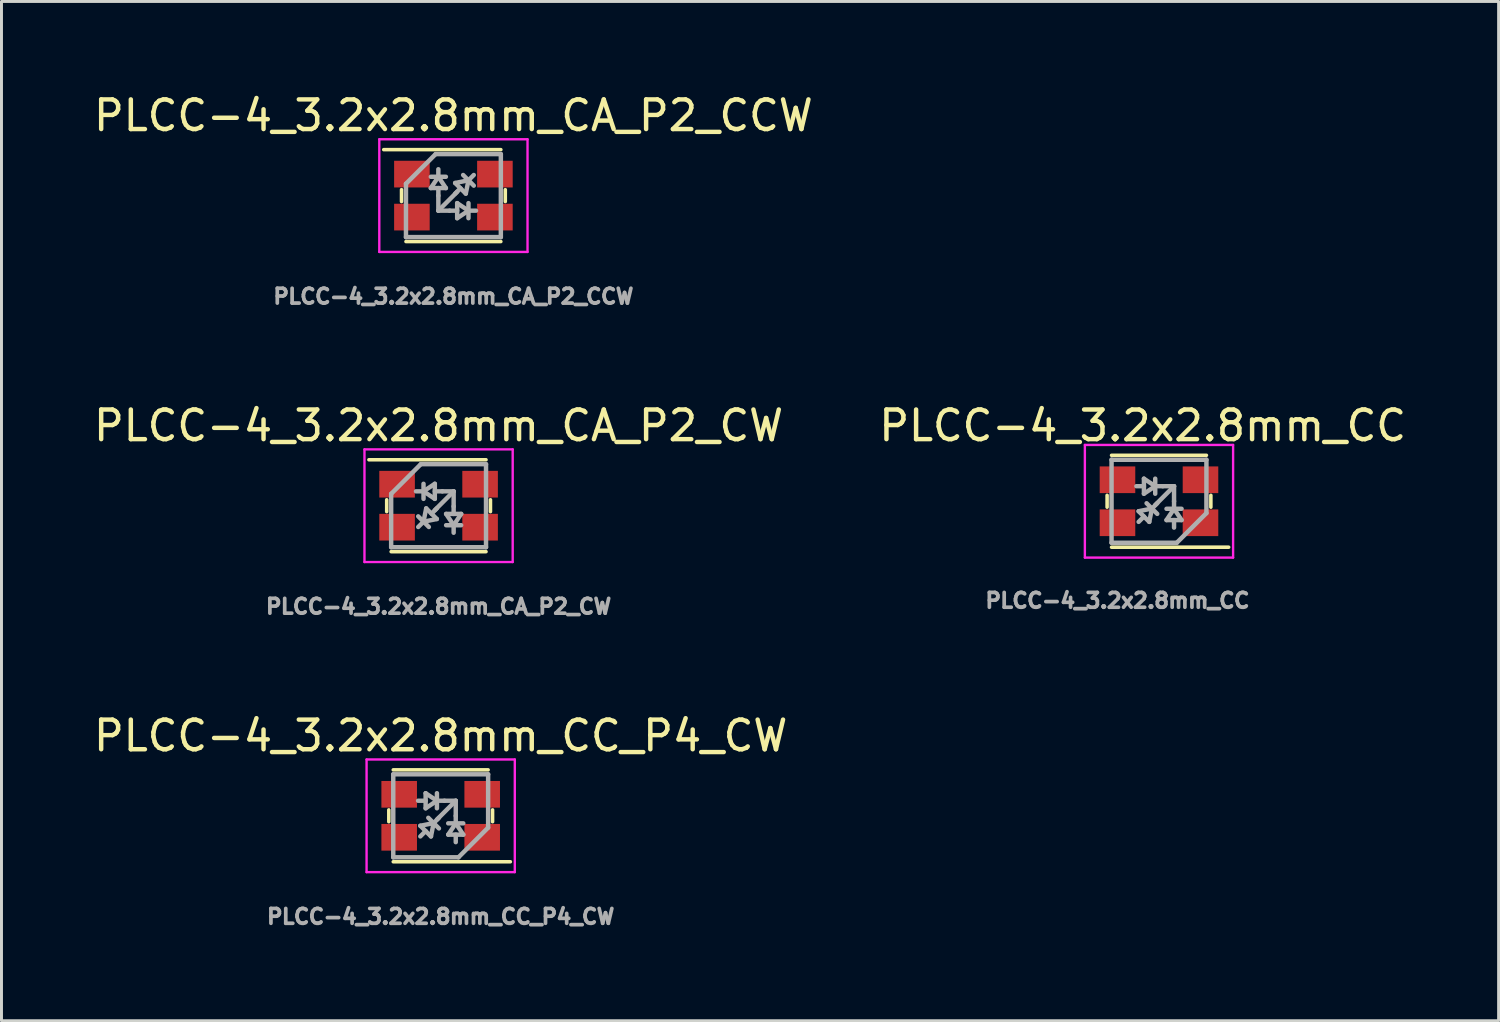
<source format=kicad_pcb>
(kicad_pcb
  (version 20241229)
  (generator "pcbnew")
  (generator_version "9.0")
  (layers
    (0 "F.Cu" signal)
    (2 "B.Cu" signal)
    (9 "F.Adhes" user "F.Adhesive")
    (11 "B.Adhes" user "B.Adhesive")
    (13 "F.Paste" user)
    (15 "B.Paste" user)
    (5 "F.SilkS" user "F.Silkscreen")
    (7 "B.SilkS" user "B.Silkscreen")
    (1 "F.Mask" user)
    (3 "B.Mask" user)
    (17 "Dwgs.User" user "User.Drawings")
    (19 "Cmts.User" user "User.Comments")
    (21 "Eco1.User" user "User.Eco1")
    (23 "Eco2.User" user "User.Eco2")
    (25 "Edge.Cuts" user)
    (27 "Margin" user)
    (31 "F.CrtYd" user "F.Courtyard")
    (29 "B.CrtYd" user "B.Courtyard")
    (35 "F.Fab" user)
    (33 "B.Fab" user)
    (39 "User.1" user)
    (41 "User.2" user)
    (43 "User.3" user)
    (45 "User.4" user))
  (footprint "PLCC-4_3.2x2.8mm_CC_P4_CW"
    (layer "F.Cu")
    (at 11.815 24.468)
    (property "Reference" "PLCC-4_3.2x2.8mm_CC_P4_CW" (at 0 -2.7 0) (layer "F.SilkS") (effects (font (size 1 1) (thickness 0.15))))
    (attr smd)
    (fp_line (start -1.75 -0.2) (end -1.75 0.2) (stroke (width 0.12) (type solid)) (layer "F.SilkS"))
    (fp_line (start -1.6 1.55) (end 2.35 1.55) (stroke (width 0.12) (type solid)) (layer "F.SilkS"))
    (fp_line (start 1.6 -1.55) (end -1.6 -1.55) (stroke (width 0.12) (type solid)) (layer "F.SilkS"))
    (fp_line (start 1.75 -0.2) (end 1.75 0.2) (stroke (width 0.12) (type solid)) (layer "F.SilkS"))
    (fp_line (start -2.5 -1.9) (end 2.5 -1.9) (stroke (width 0.08) (type solid)) (layer "F.CrtYd"))
    (fp_line (start -2.5 1.9) (end -2.5 -1.9) (stroke (width 0.08) (type solid)) (layer "F.CrtYd"))
    (fp_line (start 2.5 -1.9) (end 2.5 1.9) (stroke (width 0.08) (type solid)) (layer "F.CrtYd"))
    (fp_line (start 2.5 1.9) (end -2.5 1.9) (stroke (width 0.08) (type solid)) (layer "F.CrtYd"))
    (fp_line (start -1.6 -1.4) (end 1.6 -1.4) (stroke (width 0.15) (type solid)) (layer "F.Fab"))
    (fp_line (start -1.6 1.4) (end -1.6 -1.4) (stroke (width 0.15) (type solid)) (layer "F.Fab"))
    (fp_line (start -0.687 0.336) (end -0.328 0.695) (stroke (width 0.15) (type solid)) (layer "F.Fab"))
    (fp_line (start -0.508 -0.762) (end -0.508 -0.254) (stroke (width 0.15) (type solid)) (layer "F.Fab"))
    (fp_line (start -0.508 -0.508) (end -0.762 -0.508) (stroke (width 0.15) (type solid)) (layer "F.Fab"))
    (fp_line (start -0.508 -0.254) (end -0.127 -0.508) (stroke (width 0.15) (type solid)) (layer "F.Fab"))
    (fp_line (start -0.508 0.516) (end -0.687 0.695) (stroke (width 0.15) (type solid)) (layer "F.Fab"))
    (fp_line (start -0.418 0.067) (end -0.059 0.426) (stroke (width 0.15) (type solid)) (layer "F.Fab"))
    (fp_line (start -0.328 0.695) (end -0.238 0.246) (stroke (width 0.15) (type solid)) (layer "F.Fab"))
    (fp_line (start -0.238 0.246) (end -0.687 0.336) (stroke (width 0.15) (type solid)) (layer "F.Fab"))
    (fp_line (start -0.238 0.246) (end -0.059 0.067) (stroke (width 0.15) (type solid)) (layer "F.Fab"))
    (fp_line (start -0.127 -0.762) (end -0.127 -0.254) (stroke (width 0.15) (type solid)) (layer "F.Fab"))
    (fp_line (start -0.127 -0.508) (end -0.508 -0.762) (stroke (width 0.15) (type solid)) (layer "F.Fab"))
    (fp_line (start -0.127 -0.508) (end 0.127 -0.508) (stroke (width 0.15) (type solid)) (layer "F.Fab"))
    (fp_line (start -0.127 0.127) (end 0.508 -0.508) (stroke (width 0.15) (type solid)) (layer "F.Fab"))
    (fp_line (start 0.127 -0.508) (end 0.508 -0.508) (stroke (width 0.15) (type solid)) (layer "F.Fab"))
    (fp_line (start 0.254 0.254) (end 0.762 0.254) (stroke (width 0.15) (type solid)) (layer "F.Fab"))
    (fp_line (start 0.254 0.635) (end 0.762 0.635) (stroke (width 0.15) (type solid)) (layer "F.Fab"))
    (fp_line (start 0.508 0) (end 0.508 -0.508) (stroke (width 0.15) (type solid)) (layer "F.Fab"))
    (fp_line (start 0.508 0.254) (end 0.254 0.635) (stroke (width 0.15) (type solid)) (layer "F.Fab"))
    (fp_line (start 0.508 0.254) (end 0.508 0) (stroke (width 0.15) (type solid)) (layer "F.Fab"))
    (fp_line (start 0.508 0.635) (end 0.508 0.889) (stroke (width 0.15) (type solid)) (layer "F.Fab"))
    (fp_line (start 0.6 1.4) (end -1.6 1.4) (stroke (width 0.15) (type solid)) (layer "F.Fab"))
    (fp_line (start 0.762 0.635) (end 0.508 0.254) (stroke (width 0.15) (type solid)) (layer "F.Fab"))
    (fp_line (start 1.6 -1.4) (end 1.6 0.4) (stroke (width 0.15) (type solid)) (layer "F.Fab"))
    (fp_line (start 1.6 0.4) (end 0.6 1.4) (stroke (width 0.15) (type solid)) (layer "F.Fab"))
    (fp_text user "${REFERENCE}" (at 0 3.4 0) (layer "F.Fab") (effects (font (size 0.5 0.5) (thickness 0.125))))
    (pad "1" smd rect (at 1.4 0.725) (size 1.2 0.9) (layers "F.Cu" "F.Mask" "F.Paste"))
    (pad "2" smd rect (at -1.4 0.725) (size 1.2 0.9) (layers "F.Cu" "F.Mask" "F.Paste"))
    (pad "3" smd rect (at -1.4 -0.725) (size 1.2 0.9) (layers "F.Cu" "F.Mask" "F.Paste"))
    (pad "4" smd rect (at 1.4 -0.725) (size 1.2 0.9) (layers "F.Cu" "F.Mask" "F.Paste")))
  (footprint "PLCC-4_3.2x2.8mm_CA_P2_CW"
    (layer "F.Cu")
    (at 11.744 14.008)
    (property "Reference" "PLCC-4_3.2x2.8mm_CA_P2_CW" (at 0 -2.7 0) (layer "F.SilkS") (effects (font (size 1 1) (thickness 0.15))))
    (attr smd)
    (fp_line (start -1.75 0.2) (end -1.75 -0.2) (stroke (width 0.12) (type solid)) (layer "F.SilkS"))
    (fp_line (start -1.6 1.55) (end 1.6 1.55) (stroke (width 0.12) (type solid)) (layer "F.SilkS"))
    (fp_line (start 1.6 -1.55) (end -2.35 -1.55) (stroke (width 0.12) (type solid)) (layer "F.SilkS"))
    (fp_line (start 1.75 0.2) (end 1.75 -0.2) (stroke (width 0.12) (type solid)) (layer "F.SilkS"))
    (fp_line (start -2.5 -1.9) (end 2.5 -1.9) (stroke (width 0.08) (type solid)) (layer "F.CrtYd"))
    (fp_line (start -2.5 1.9) (end -2.5 -1.9) (stroke (width 0.08) (type solid)) (layer "F.CrtYd"))
    (fp_line (start 2.5 -1.9) (end 2.5 1.9) (stroke (width 0.08) (type solid)) (layer "F.CrtYd"))
    (fp_line (start 2.5 1.9) (end -2.5 1.9) (stroke (width 0.08) (type solid)) (layer "F.CrtYd"))
    (fp_line (start -1.6 -0.4) (end -0.6 -1.4) (stroke (width 0.15) (type solid)) (layer "F.Fab"))
    (fp_line (start -1.6 1.4) (end -1.6 -0.4) (stroke (width 0.15) (type solid)) (layer "F.Fab"))
    (fp_line (start -0.6 -1.4) (end 1.6 -1.4) (stroke (width 0.15) (type solid)) (layer "F.Fab"))
    (fp_line (start -0.508 -0.485) (end -0.762 -0.485) (stroke (width 0.15) (type solid)) (layer "F.Fab"))
    (fp_line (start -0.508 -0.485) (end -0.127 -0.231) (stroke (width 0.15) (type solid)) (layer "F.Fab"))
    (fp_line (start -0.508 -0.231) (end -0.508 -0.739) (stroke (width 0.15) (type solid)) (layer "F.Fab"))
    (fp_line (start -0.508 0.539) (end -0.687 0.718) (stroke (width 0.15) (type solid)) (layer "F.Fab"))
    (fp_line (start -0.508 0.539) (end -0.059 0.449) (stroke (width 0.15) (type solid)) (layer "F.Fab"))
    (fp_line (start -0.418 0.09) (end -0.508 0.539) (stroke (width 0.15) (type solid)) (layer "F.Fab"))
    (fp_line (start -0.328 0.718) (end -0.687 0.359) (stroke (width 0.15) (type solid)) (layer "F.Fab"))
    (fp_line (start -0.238 0.269) (end -0.059 0.09) (stroke (width 0.15) (type solid)) (layer "F.Fab"))
    (fp_line (start -0.127 -0.739) (end -0.508 -0.485) (stroke (width 0.15) (type solid)) (layer "F.Fab"))
    (fp_line (start -0.127 -0.485) (end 0.127 -0.485) (stroke (width 0.15) (type solid)) (layer "F.Fab"))
    (fp_line (start -0.127 -0.231) (end -0.127 -0.739) (stroke (width 0.15) (type solid)) (layer "F.Fab"))
    (fp_line (start -0.127 0.15) (end 0.508 -0.485) (stroke (width 0.15) (type solid)) (layer "F.Fab"))
    (fp_line (start -0.059 0.449) (end -0.418 0.09) (stroke (width 0.15) (type solid)) (layer "F.Fab"))
    (fp_line (start 0.127 -0.485) (end 0.508 -0.485) (stroke (width 0.15) (type solid)) (layer "F.Fab"))
    (fp_line (start 0.254 0.277) (end 0.508 0.658) (stroke (width 0.15) (type solid)) (layer "F.Fab"))
    (fp_line (start 0.508 0.023) (end 0.508 -0.485) (stroke (width 0.15) (type solid)) (layer "F.Fab"))
    (fp_line (start 0.508 0.277) (end 0.508 0.023) (stroke (width 0.15) (type solid)) (layer "F.Fab"))
    (fp_line (start 0.508 0.658) (end 0.508 0.912) (stroke (width 0.15) (type solid)) (layer "F.Fab"))
    (fp_line (start 0.508 0.658) (end 0.762 0.277) (stroke (width 0.15) (type solid)) (layer "F.Fab"))
    (fp_line (start 0.762 0.277) (end 0.254 0.277) (stroke (width 0.15) (type solid)) (layer "F.Fab"))
    (fp_line (start 0.762 0.658) (end 0.254 0.658) (stroke (width 0.15) (type solid)) (layer "F.Fab"))
    (fp_line (start 1.6 -1.4) (end 1.6 1.4) (stroke (width 0.15) (type solid)) (layer "F.Fab"))
    (fp_line (start 1.6 1.4) (end -1.6 1.4) (stroke (width 0.15) (type solid)) (layer "F.Fab"))
    (fp_text user "${REFERENCE}" (at 0 3.4 0) (layer "F.Fab") (effects (font (size 0.5 0.5) (thickness 0.125))))
    (pad "1" smd rect (at -1.4 -0.725 180) (size 1.2 0.9) (layers "F.Cu" "F.Mask" "F.Paste"))
    (pad "2" smd rect (at 1.4 -0.725 180) (size 1.2 0.9) (layers "F.Cu" "F.Mask" "F.Paste"))
    (pad "3" smd rect (at 1.4 0.725 180) (size 1.2 0.9) (layers "F.Cu" "F.Mask" "F.Paste"))
    (pad "4" smd rect (at -1.4 0.725 180) (size 1.2 0.9) (layers "F.Cu" "F.Mask" "F.Paste")))
  (footprint "PLCC-4_3.2x2.8mm_CC"
    (layer "F.Cu")
    (at 36.044 13.858)
    (property "Reference" "PLCC-4_3.2x2.8mm_CC" (at -0.55 -2.55 0) (layer "F.SilkS") (effects (font (size 1 1) (thickness 0.15))))
    (attr smd)
    (fp_line (start -1.75 -0.2) (end -1.75 0.2) (stroke (width 0.12) (type solid)) (layer "F.SilkS"))
    (fp_line (start -1.6 1.55) (end 2.35 1.55) (stroke (width 0.12) (type solid)) (layer "F.SilkS"))
    (fp_line (start 1.6 -1.55) (end -1.6 -1.55) (stroke (width 0.12) (type solid)) (layer "F.SilkS"))
    (fp_line (start 1.75 -0.2) (end 1.75 0.2) (stroke (width 0.12) (type solid)) (layer "F.SilkS"))
    (fp_line (start -2.5 -1.9) (end 2.5 -1.9) (stroke (width 0.08) (type solid)) (layer "F.CrtYd"))
    (fp_line (start -2.5 1.9) (end -2.5 -1.9) (stroke (width 0.08) (type solid)) (layer "F.CrtYd"))
    (fp_line (start 2.5 -1.9) (end 2.5 1.9) (stroke (width 0.08) (type solid)) (layer "F.CrtYd"))
    (fp_line (start 2.5 1.9) (end -2.5 1.9) (stroke (width 0.08) (type solid)) (layer "F.CrtYd"))
    (fp_line (start -1.6 -1.4) (end 1.6 -1.4) (stroke (width 0.15) (type solid)) (layer "F.Fab"))
    (fp_line (start -1.6 1.4) (end -1.6 -1.4) (stroke (width 0.15) (type solid)) (layer "F.Fab"))
    (fp_line (start -0.687 0.336) (end -0.328 0.695) (stroke (width 0.15) (type solid)) (layer "F.Fab"))
    (fp_line (start -0.508 -0.762) (end -0.508 -0.254) (stroke (width 0.15) (type solid)) (layer "F.Fab"))
    (fp_line (start -0.508 -0.508) (end -0.762 -0.508) (stroke (width 0.15) (type solid)) (layer "F.Fab"))
    (fp_line (start -0.508 -0.254) (end -0.127 -0.508) (stroke (width 0.15) (type solid)) (layer "F.Fab"))
    (fp_line (start -0.508 0.516) (end -0.687 0.695) (stroke (width 0.15) (type solid)) (layer "F.Fab"))
    (fp_line (start -0.418 0.067) (end -0.059 0.426) (stroke (width 0.15) (type solid)) (layer "F.Fab"))
    (fp_line (start -0.328 0.695) (end -0.238 0.246) (stroke (width 0.15) (type solid)) (layer "F.Fab"))
    (fp_line (start -0.238 0.246) (end -0.687 0.336) (stroke (width 0.15) (type solid)) (layer "F.Fab"))
    (fp_line (start -0.238 0.246) (end -0.059 0.067) (stroke (width 0.15) (type solid)) (layer "F.Fab"))
    (fp_line (start -0.127 -0.762) (end -0.127 -0.254) (stroke (width 0.15) (type solid)) (layer "F.Fab"))
    (fp_line (start -0.127 -0.508) (end -0.508 -0.762) (stroke (width 0.15) (type solid)) (layer "F.Fab"))
    (fp_line (start -0.127 -0.508) (end 0.127 -0.508) (stroke (width 0.15) (type solid)) (layer "F.Fab"))
    (fp_line (start -0.127 0.127) (end 0.508 -0.508) (stroke (width 0.15) (type solid)) (layer "F.Fab"))
    (fp_line (start 0.127 -0.508) (end 0.508 -0.508) (stroke (width 0.15) (type solid)) (layer "F.Fab"))
    (fp_line (start 0.254 0.254) (end 0.762 0.254) (stroke (width 0.15) (type solid)) (layer "F.Fab"))
    (fp_line (start 0.254 0.635) (end 0.762 0.635) (stroke (width 0.15) (type solid)) (layer "F.Fab"))
    (fp_line (start 0.508 0) (end 0.508 -0.508) (stroke (width 0.15) (type solid)) (layer "F.Fab"))
    (fp_line (start 0.508 0.254) (end 0.254 0.635) (stroke (width 0.15) (type solid)) (layer "F.Fab"))
    (fp_line (start 0.508 0.254) (end 0.508 0) (stroke (width 0.15) (type solid)) (layer "F.Fab"))
    (fp_line (start 0.508 0.635) (end 0.508 0.889) (stroke (width 0.15) (type solid)) (layer "F.Fab"))
    (fp_line (start 0.6 1.4) (end -1.6 1.4) (stroke (width 0.15) (type solid)) (layer "F.Fab"))
    (fp_line (start 0.762 0.635) (end 0.508 0.254) (stroke (width 0.15) (type solid)) (layer "F.Fab"))
    (fp_line (start 1.6 -1.4) (end 1.6 0.4) (stroke (width 0.15) (type solid)) (layer "F.Fab"))
    (fp_line (start 1.6 0.4) (end 0.6 1.4) (stroke (width 0.15) (type solid)) (layer "F.Fab"))
    (fp_text user "${REFERENCE}" (at -1.4 3.35 0) (layer "F.Fab") (effects (font (size 0.5 0.5) (thickness 0.125))))
    (pad "1" smd rect (at 1.4 0.725) (size 1.2 0.9) (layers "F.Cu" "F.Mask" "F.Paste"))
    (pad "2" smd rect (at -1.4 0.725) (size 1.2 0.9) (layers "F.Cu" "F.Mask" "F.Paste"))
    (pad "3" smd rect (at -1.4 -0.725) (size 1.2 0.9) (layers "F.Cu" "F.Mask" "F.Paste"))
    (pad "4" smd rect (at 1.4 -0.725) (size 1.2 0.9) (layers "F.Cu" "F.Mask" "F.Paste")))
  (footprint "PLCC-4_3.2x2.8mm_CA_P2_CCW"
    (layer "F.Cu")
    (at 12.244 3.548)
    (property "Reference" "PLCC-4_3.2x2.8mm_CA_P2_CCW" (at 0 -2.7 0) (layer "F.SilkS") (effects (font (size 1 1) (thickness 0.15))))
    (attr smd)
    (fp_line (start -1.75 0.2) (end -1.75 -0.2) (stroke (width 0.12) (type solid)) (layer "F.SilkS"))
    (fp_line (start -1.6 1.55) (end 1.6 1.55) (stroke (width 0.12) (type solid)) (layer "F.SilkS"))
    (fp_line (start 1.6 -1.55) (end -2.35 -1.55) (stroke (width 0.12) (type solid)) (layer "F.SilkS"))
    (fp_line (start 1.75 0.2) (end 1.75 -0.2) (stroke (width 0.12) (type solid)) (layer "F.SilkS"))
    (fp_line (start -2.5 -1.9) (end 2.5 -1.9) (stroke (width 0.08) (type solid)) (layer "F.CrtYd"))
    (fp_line (start -2.5 1.9) (end -2.5 -1.9) (stroke (width 0.08) (type solid)) (layer "F.CrtYd"))
    (fp_line (start 2.5 -1.9) (end 2.5 1.9) (stroke (width 0.08) (type solid)) (layer "F.CrtYd"))
    (fp_line (start 2.5 1.9) (end -2.5 1.9) (stroke (width 0.08) (type solid)) (layer "F.CrtYd"))
    (fp_line (start -1.6 -0.4) (end -0.6 -1.4) (stroke (width 0.15) (type solid)) (layer "F.Fab"))
    (fp_line (start -1.6 1.4) (end -1.6 -0.4) (stroke (width 0.15) (type solid)) (layer "F.Fab"))
    (fp_line (start -0.762 -0.635) (end -0.254 -0.635) (stroke (width 0.15) (type solid)) (layer "F.Fab"))
    (fp_line (start -0.762 -0.254) (end -0.254 -0.254) (stroke (width 0.15) (type solid)) (layer "F.Fab"))
    (fp_line (start -0.6 -1.4) (end 1.6 -1.4) (stroke (width 0.15) (type solid)) (layer "F.Fab"))
    (fp_line (start -0.508 -0.635) (end -0.762 -0.254) (stroke (width 0.15) (type solid)) (layer "F.Fab"))
    (fp_line (start -0.508 -0.635) (end -0.508 -0.889) (stroke (width 0.15) (type solid)) (layer "F.Fab"))
    (fp_line (start -0.508 -0.254) (end -0.508 0) (stroke (width 0.15) (type solid)) (layer "F.Fab"))
    (fp_line (start -0.508 0) (end -0.508 0.508) (stroke (width 0.15) (type solid)) (layer "F.Fab"))
    (fp_line (start -0.254 -0.254) (end -0.508 -0.635) (stroke (width 0.15) (type solid)) (layer "F.Fab"))
    (fp_line (start -0.127 0.508) (end -0.508 0.508) (stroke (width 0.15) (type solid)) (layer "F.Fab"))
    (fp_line (start 0.059 -0.426) (end 0.418 -0.067) (stroke (width 0.15) (type solid)) (layer "F.Fab"))
    (fp_line (start 0.127 -0.127) (end -0.508 0.508) (stroke (width 0.15) (type solid)) (layer "F.Fab"))
    (fp_line (start 0.127 0.254) (end 0.127 0.762) (stroke (width 0.15) (type solid)) (layer "F.Fab"))
    (fp_line (start 0.127 0.508) (end -0.127 0.508) (stroke (width 0.15) (type solid)) (layer "F.Fab"))
    (fp_line (start 0.127 0.762) (end 0.508 0.508) (stroke (width 0.15) (type solid)) (layer "F.Fab"))
    (fp_line (start 0.238 -0.246) (end 0.059 -0.067) (stroke (width 0.15) (type solid)) (layer "F.Fab"))
    (fp_line (start 0.328 -0.695) (end 0.687 -0.336) (stroke (width 0.15) (type solid)) (layer "F.Fab"))
    (fp_line (start 0.418 -0.067) (end 0.508 -0.516) (stroke (width 0.15) (type solid)) (layer "F.Fab"))
    (fp_line (start 0.508 -0.516) (end 0.059 -0.426) (stroke (width 0.15) (type solid)) (layer "F.Fab"))
    (fp_line (start 0.508 -0.516) (end 0.687 -0.695) (stroke (width 0.15) (type solid)) (layer "F.Fab"))
    (fp_line (start 0.508 0.254) (end 0.508 0.762) (stroke (width 0.15) (type solid)) (layer "F.Fab"))
    (fp_line (start 0.508 0.508) (end 0.127 0.254) (stroke (width 0.15) (type solid)) (layer "F.Fab"))
    (fp_line (start 0.508 0.508) (end 0.762 0.508) (stroke (width 0.15) (type solid)) (layer "F.Fab"))
    (fp_line (start 1.6 -1.4) (end 1.6 1.4) (stroke (width 0.15) (type solid)) (layer "F.Fab"))
    (fp_line (start 1.6 1.4) (end -1.6 1.4) (stroke (width 0.15) (type solid)) (layer "F.Fab"))
    (fp_text user "${REFERENCE}" (at 0 3.4 0) (layer "F.Fab") (effects (font (size 0.5 0.5) (thickness 0.125))))
    (pad "1" smd rect (at -1.4 -0.725 180) (size 1.2 0.9) (layers "F.Cu" "F.Mask" "F.Paste"))
    (pad "2" smd rect (at -1.4 0.725 180) (size 1.2 0.9) (layers "F.Cu" "F.Mask" "F.Paste"))
    (pad "3" smd rect (at 1.4 0.725 180) (size 1.2 0.9) (layers "F.Cu" "F.Mask" "F.Paste"))
    (pad "4" smd rect (at 1.4 -0.725 180) (size 1.2 0.9) (layers "F.Cu" "F.Mask" "F.Paste")))
  (gr_rect
    (start -3 -3)
    (end 47.5 31.38)
    (stroke (width 0.1) (type default))
    (fill no)
    (layer "Edge.Cuts")))
</source>
